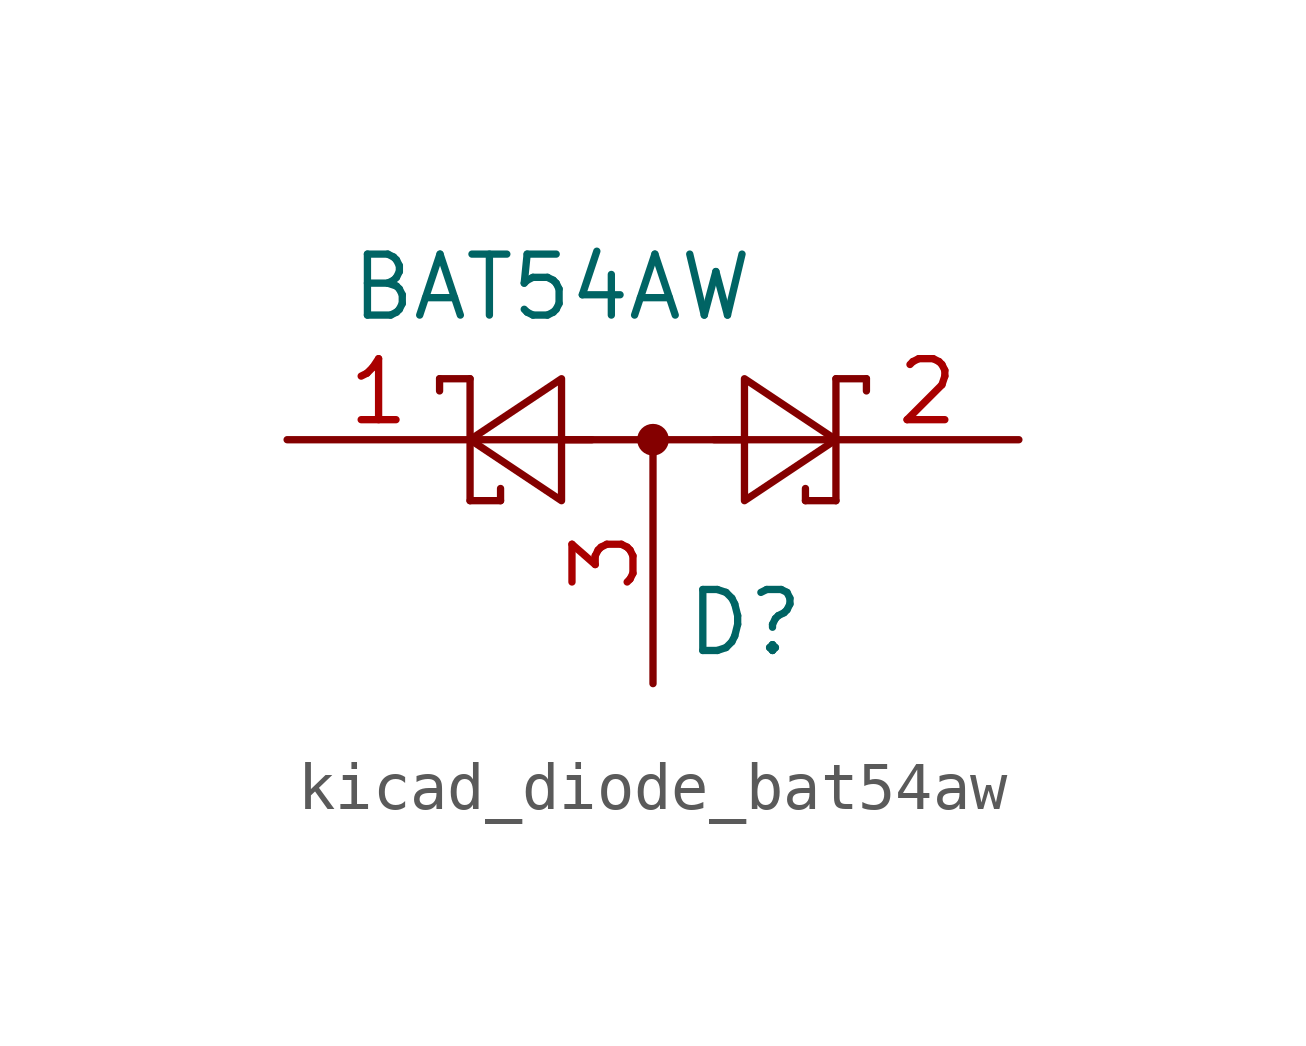
<source format=kicad_sym>
(kicad_symbol_lib
  (version 20220914)
  (generator kicad_symbol_editor)
  (symbol "kicad_diode_bat54aw"
    (pin_names
      (offset 1.016))
    (property "Reference" "D"
      (at 0.635 -3.81 0)
      (effects (font (size 1.27 1.27)) (justify left)))
    (property "Value" "BAT54AW"
      (at -6.35 3.175 0)
      (effects (font (size 1.27 1.27)) (justify left)))
    (symbol "kicad_diode_bat54aw_0_1"
      (polyline (pts (xy -4.445 1.27) (xy -4.445 1.016)) (stroke (width 0) (type default)) (fill (type none)))
      (polyline (pts (xy -3.81 -1.27) (xy -3.81 1.27)) (stroke (width 0) (type default)) (fill (type none)))
      (polyline (pts (xy -3.81 -1.27) (xy -3.175 -1.27)) (stroke (width 0) (type default)) (fill (type none)))
      (polyline (pts (xy -3.81 0) (xy -1.27 0)) (stroke (width 0) (type default)) (fill (type none)))
      (polyline (pts (xy -3.81 1.27) (xy -4.445 1.27)) (stroke (width 0) (type default)) (fill (type none)))
      (polyline (pts (xy -3.175 -1.27) (xy -3.175 -1.016)) (stroke (width 0) (type default)) (fill (type none)))
      (polyline (pts (xy -1.905 0) (xy 1.905 0)) (stroke (width 0) (type default)) (fill (type none)))
      (polyline (pts (xy 1.27 0) (xy 3.81 0)) (stroke (width 0) (type default)) (fill (type none)))
      (polyline (pts (xy 3.175 -1.27) (xy 3.175 -1.016)) (stroke (width 0) (type default)) (fill (type none)))
      (polyline (pts (xy 3.81 -1.27) (xy 3.175 -1.27)) (stroke (width 0) (type default)) (fill (type none)))
      (polyline (pts (xy 3.81 -1.27) (xy 3.81 1.27)) (stroke (width 0) (type default)) (fill (type none)))
      (polyline (pts (xy 3.81 1.27) (xy 4.445 1.27)) (stroke (width 0) (type default)) (fill (type none)))
      (polyline (pts (xy 4.445 1.27) (xy 4.445 1.016)) (stroke (width 0) (type default)) (fill (type none)))
      (polyline (pts (xy -1.905 1.27) (xy -1.905 -1.27) (xy -3.81 0) (xy -1.905 1.27)) (stroke (width 0) (type default)) (fill (type none)))
      (polyline (pts (xy 1.905 1.27) (xy 1.905 -1.27) (xy 3.81 0) (xy 1.905 1.27)) (stroke (width 0) (type default)) (fill (type none)))
      (circle (center 0 0) (radius 0.254) (stroke (width 0) (type default)) (fill (type outline))))
    (symbol "kicad_diode_bat54aw_1_1"
      (pin passive line (at -7.62 0 0) (length 3.81) (name "~" (effects (font (size 1.27 1.27)))) (number "1" (effects (font (size 1.27 1.27)))))
      (pin passive line (at 7.62 0 180) (length 3.81) (name "~" (effects (font (size 1.27 1.27)))) (number "2" (effects (font (size 1.27 1.27)))))
      (pin passive line (at 0 -5.08 90) (length 5.08) (name "~" (effects (font (size 1.27 1.27)))) (number "3" (effects (font (size 1.27 1.27))))))))
</source>
